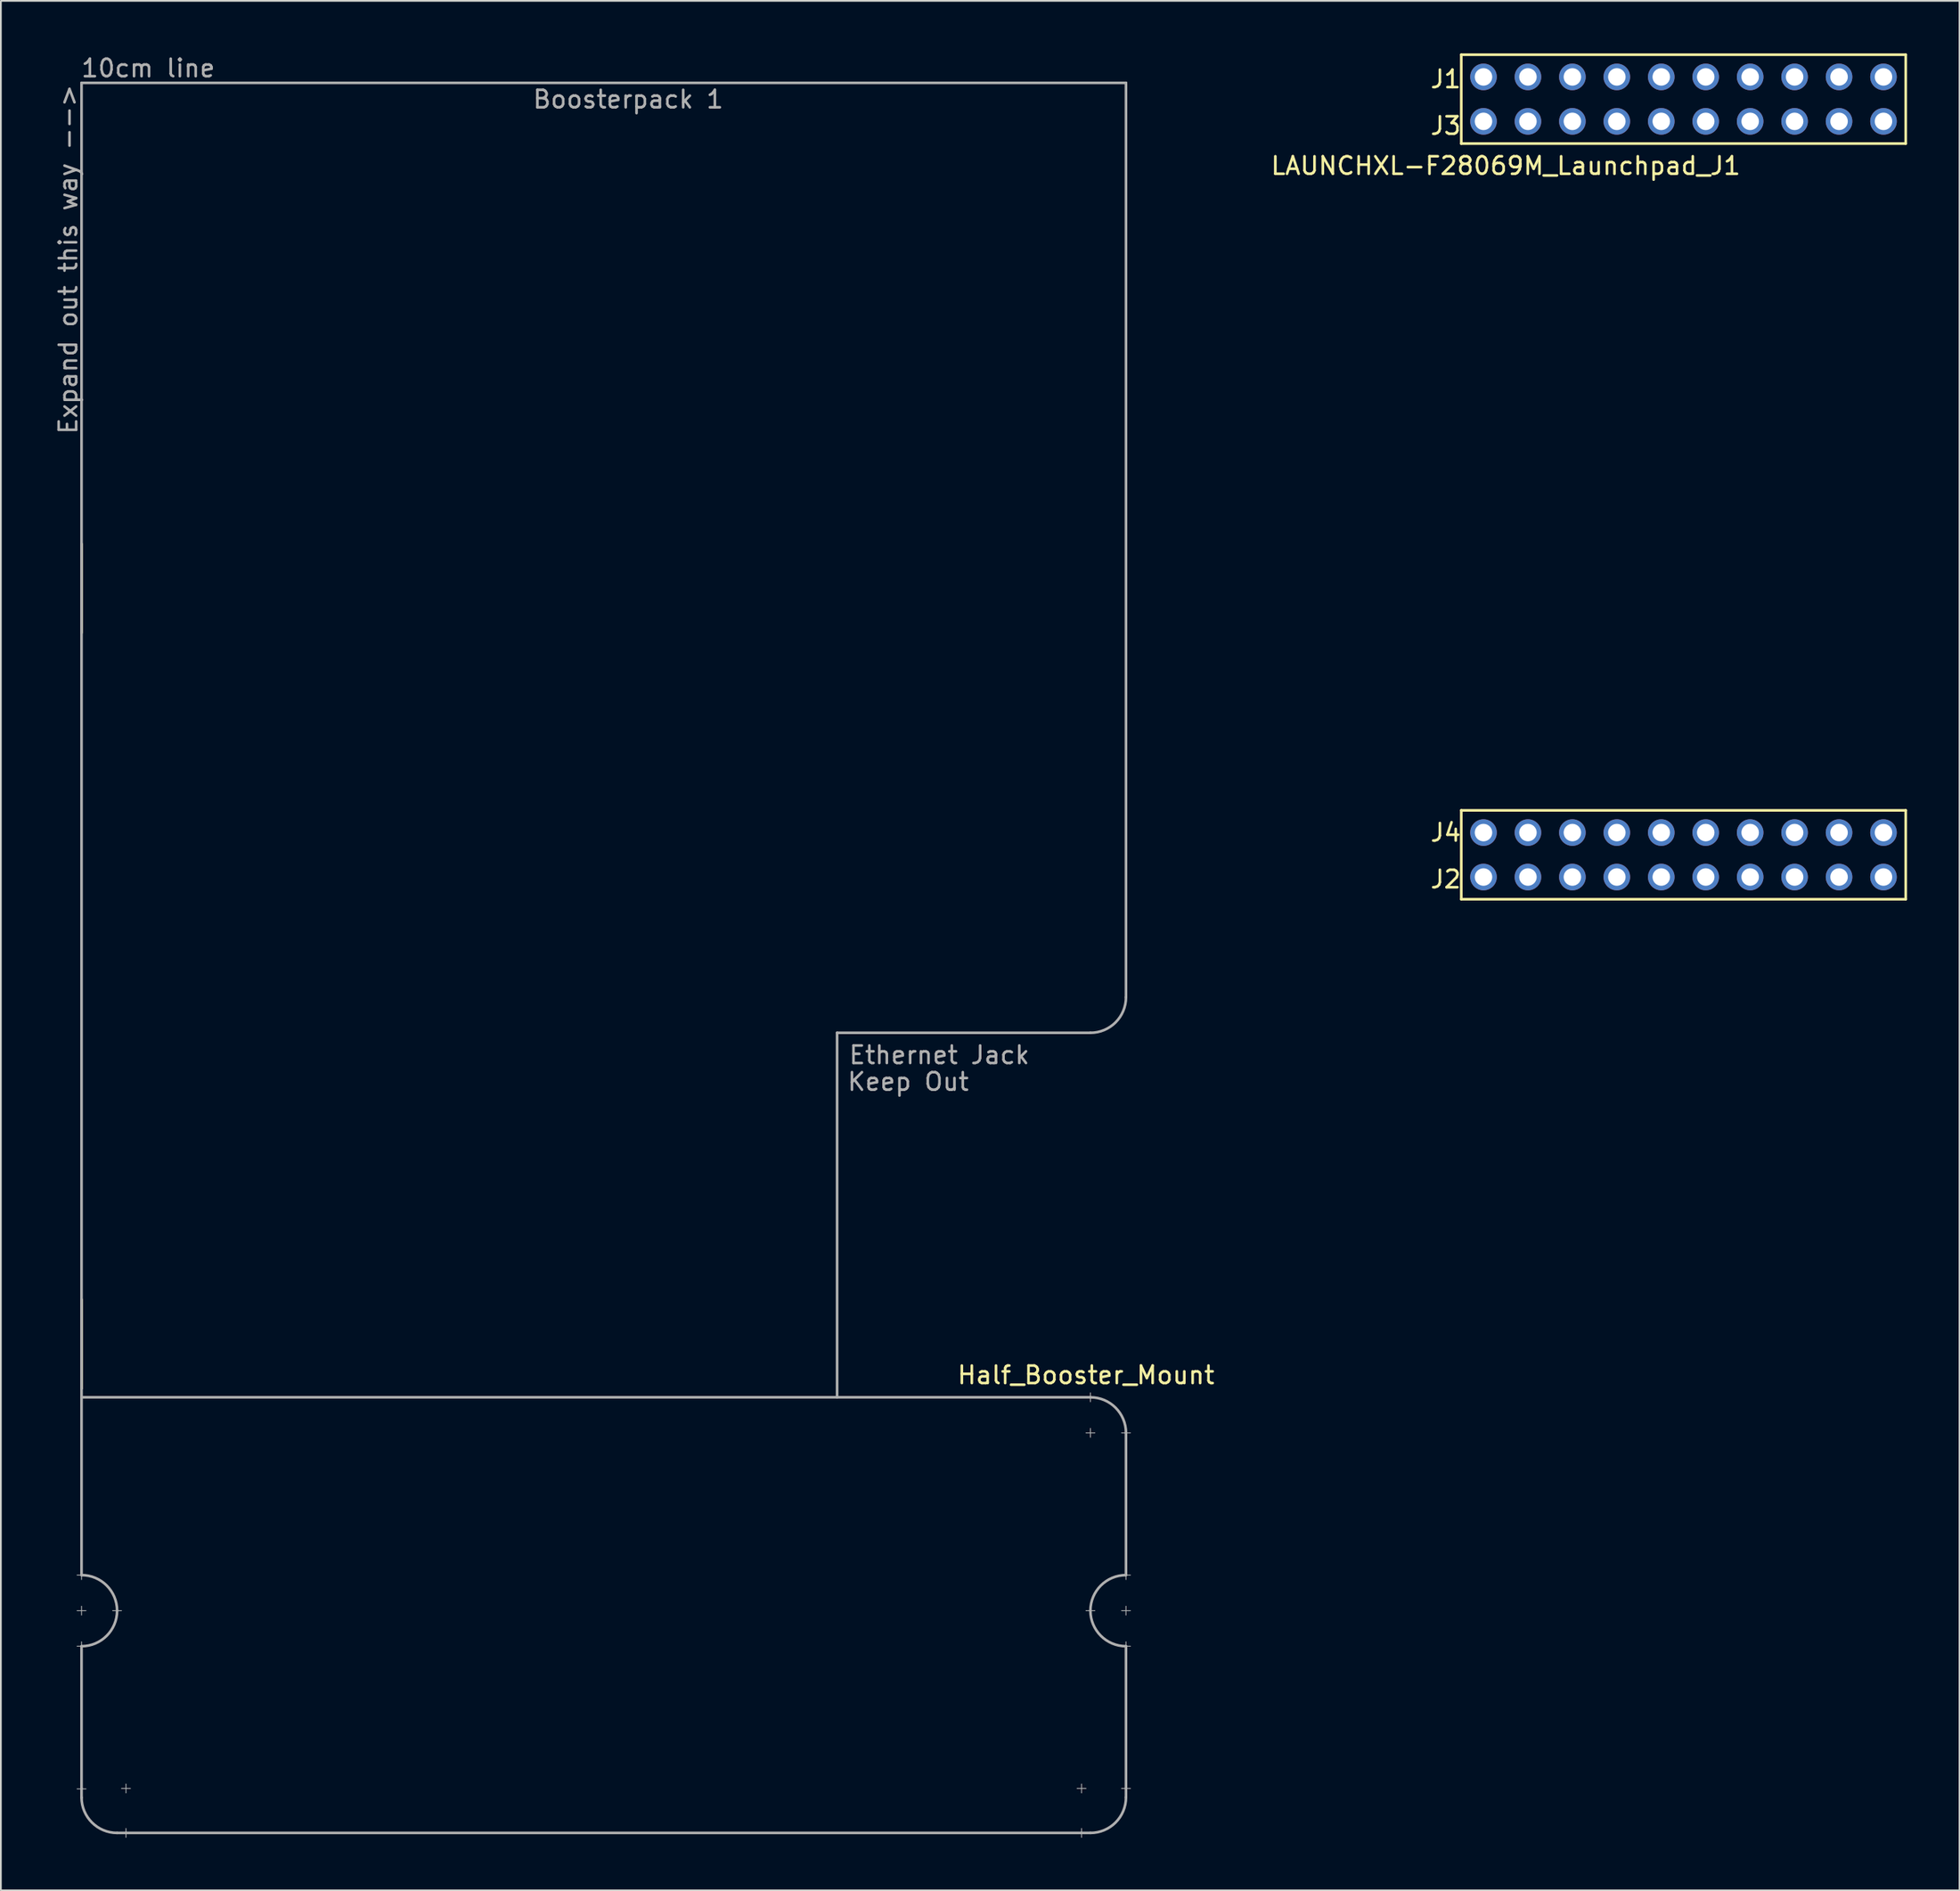
<source format=kicad_pcb>
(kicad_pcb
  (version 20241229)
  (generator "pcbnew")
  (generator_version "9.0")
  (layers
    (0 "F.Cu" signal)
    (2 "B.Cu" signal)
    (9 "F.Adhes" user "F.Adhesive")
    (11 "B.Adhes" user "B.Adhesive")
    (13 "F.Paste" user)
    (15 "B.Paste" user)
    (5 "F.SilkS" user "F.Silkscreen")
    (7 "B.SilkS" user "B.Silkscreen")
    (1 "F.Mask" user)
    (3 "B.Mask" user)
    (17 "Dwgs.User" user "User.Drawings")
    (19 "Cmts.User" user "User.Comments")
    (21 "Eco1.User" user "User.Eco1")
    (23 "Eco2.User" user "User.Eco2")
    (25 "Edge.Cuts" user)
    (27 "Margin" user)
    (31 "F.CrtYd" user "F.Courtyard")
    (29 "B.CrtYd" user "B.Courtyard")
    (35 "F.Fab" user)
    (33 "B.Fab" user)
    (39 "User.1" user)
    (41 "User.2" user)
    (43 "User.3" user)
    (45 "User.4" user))
  (footprint "LAUNCHXL-F28069M_Launchpad_J1"
    (layer "F.Cu")
    (at 80.462 48.335)
    (property "Reference" "LAUNCHXL-F28069M_Launchpad_J1" (at 2.54 -41.91 0) (layer "F.SilkS") (effects (font (size 1 1) (thickness 0.15))))
    (attr through_hole)
    (fp_line (start 0 -48.26) (end 0 -43.18) (stroke (width 0.15) (type solid)) (layer "F.SilkS"))
    (fp_line (start 0 -43.18) (end 25.4 -43.18) (stroke (width 0.15) (type solid)) (layer "F.SilkS"))
    (fp_line (start 0 -5.08) (end 0 0) (stroke (width 0.15) (type solid)) (layer "F.SilkS"))
    (fp_line (start 0 0) (end 25.4 0) (stroke (width 0.15) (type solid)) (layer "F.SilkS"))
    (fp_line (start 25.4 -48.26) (end 0 -48.26) (stroke (width 0.15) (type solid)) (layer "F.SilkS"))
    (fp_line (start 25.4 -43.18) (end 25.4 -48.26) (stroke (width 0.15) (type solid)) (layer "F.SilkS"))
    (fp_line (start 25.4 -5.08) (end 0 -5.08) (stroke (width 0.15) (type solid)) (layer "F.SilkS"))
    (fp_line (start 25.4 0) (end 25.4 -5.08) (stroke (width 0.15) (type solid)) (layer "F.SilkS"))
    (fp_text user "J3" (at -0.889 -44.196 0) (layer "F.SilkS") (effects (font (size 1 1) (thickness 0.15))))
    (fp_text user "J1" (at -0.889 -46.863 0) (layer "F.SilkS") (effects (font (size 1 1) (thickness 0.15))))
    (fp_text user "J2" (at -0.889 -1.143 0) (layer "F.SilkS") (effects (font (size 1 1) (thickness 0.15))))
    (fp_text user "J4" (at -0.889 -3.81 0) (layer "F.SilkS") (effects (font (size 1 1) (thickness 0.15))))
    (pad "+3V3" thru_hole circle (at 24.13 -46.99) (size 1.52 1.52) (drill 1) (layers "*.Cu" "*.Mask" "F.Paste"))
    (pad "+5V" thru_hole circle (at 24.13 -44.45) (size 1.52 1.52) (drill 1) (layers "*.Cu" "*.Mask" "F.Paste"))
    (pad "A_A0" thru_hole circle (at 8.89 -44.45) (size 1.52 1.52) (drill 1) (layers "*.Cu" "*.Mask" "F.Paste"))
    (pad "A_A1" thru_hole circle (at 3.81 -44.45) (size 1.52 1.52) (drill 1) (layers "*.Cu" "*.Mask" "F.Paste"))
    (pad "A_A2" thru_hole circle (at 13.97 -44.45) (size 1.52 1.52) (drill 1) (layers "*.Cu" "*.Mask" "F.Paste"))
    (pad "A_A6" thru_hole circle (at 21.59 -46.99) (size 1.52 1.52) (drill 1) (layers "*.Cu" "*.Mask" "F.Paste"))
    (pad "A_A7" thru_hole circle (at 19.05 -44.45) (size 1.52 1.52) (drill 1) (layers "*.Cu" "*.Mask" "F.Paste"))
    (pad "A_B0" thru_hole circle (at 6.35 -44.45) (size 1.52 1.52) (drill 1) (layers "*.Cu" "*.Mask" "F.Paste"))
    (pad "A_B1" thru_hole circle (at 16.51 -44.45) (size 1.52 1.52) (drill 1) (layers "*.Cu" "*.Mask" "F.Paste"))
    (pad "A_B2" thru_hole circle (at 11.43 -44.45) (size 1.52 1.52) (drill 1) (layers "*.Cu" "*.Mask" "F.Paste"))
    (pad "A_B6" thru_hole circle (at 11.43 -46.99) (size 1.52 1.52) (drill 1) (layers "*.Cu" "*.Mask" "F.Paste"))
    (pad "DAC1" thru_hole circle (at 3.81 -3.81) (size 1.52 1.52) (drill 1) (layers "*.Cu" "*.Mask" "F.Paste"))
    (pad "DAC2" thru_hole circle (at 1.27 -3.81) (size 1.52 1.52) (drill 1) (layers "*.Cu" "*.Mask" "F.Paste"))
    (pad "GND" thru_hole circle (at 21.59 -44.45) (size 1.52 1.52) (drill 1) (layers "*.Cu" "*.Mask" "F.Paste"))
    (pad "GND" thru_hole circle (at 24.13 -1.27) (size 1.52 1.52) (drill 1) (layers "*.Cu" "*.Mask" "F.Paste"))
    (pad "NC" thru_hole circle (at 1.27 -44.45) (size 1.52 1.52) (drill 1) (layers "*.Cu" "*.Mask" "F.Paste"))
    (pad "NC" thru_hole circle (at 6.35 -3.81) (size 1.52 1.52) (drill 1) (layers "*.Cu" "*.Mask" "F.Paste"))
    (pad "NC" thru_hole circle (at 16.51 -1.27) (size 1.52 1.52) (drill 1) (layers "*.Cu" "*.Mask" "F.Paste"))
    (pad "P_0" thru_hole circle (at 24.13 -3.81) (size 1.52 1.52) (drill 1) (layers "*.Cu" "*.Mask" "F.Paste"))
    (pad "P_1" thru_hole circle (at 21.59 -3.81) (size 1.52 1.52) (drill 1) (layers "*.Cu" "*.Mask" "F.Paste"))
    (pad "P_2" thru_hole circle (at 19.05 -3.81) (size 1.52 1.52) (drill 1) (layers "*.Cu" "*.Mask" "F.Paste"))
    (pad "P_3" thru_hole circle (at 16.51 -3.81) (size 1.52 1.52) (drill 1) (layers "*.Cu" "*.Mask" "F.Paste"))
    (pad "P_4" thru_hole circle (at 13.97 -3.81) (size 1.52 1.52) (drill 1) (layers "*.Cu" "*.Mask" "F.Paste"))
    (pad "P_5" thru_hole circle (at 11.43 -3.81) (size 1.52 1.52) (drill 1) (layers "*.Cu" "*.Mask" "F.Paste"))
    (pad "P_12" thru_hole circle (at 13.97 -46.99) (size 1.52 1.52) (drill 1) (layers "*.Cu" "*.Mask" "F.Paste"))
    (pad "P_13" thru_hole circle (at 8.89 -3.81) (size 1.52 1.52) (drill 1) (layers "*.Cu" "*.Mask" "F.Paste"))
    (pad "P_16" thru_hole circle (at 11.43 -1.27) (size 1.52 1.52) (drill 1) (layers "*.Cu" "*.Mask" "F.Paste"))
    (pad "P_17" thru_hole circle (at 8.89 -1.27) (size 1.52 1.52) (drill 1) (layers "*.Cu" "*.Mask" "F.Paste"))
    (pad "P_18" thru_hole circle (at 8.89 -46.99) (size 1.52 1.52) (drill 1) (layers "*.Cu" "*.Mask" "F.Paste"))
    (pad "P_19" thru_hole circle (at 21.59 -1.27) (size 1.52 1.52) (drill 1) (layers "*.Cu" "*.Mask" "F.Paste"))
    (pad "P_22" thru_hole circle (at 6.35 -46.99) (size 1.52 1.52) (drill 1) (layers "*.Cu" "*.Mask" "F.Paste"))
    (pad "P_28" thru_hole circle (at 19.05 -46.99) (size 1.52 1.52) (drill 1) (layers "*.Cu" "*.Mask" "F.Paste"))
    (pad "P_29" thru_hole circle (at 16.51 -46.99) (size 1.52 1.52) (drill 1) (layers "*.Cu" "*.Mask" "F.Paste"))
    (pad "P_32" thru_hole circle (at 1.27 -46.99) (size 1.52 1.52) (drill 1) (layers "*.Cu" "*.Mask" "F.Paste"))
    (pad "P_33" thru_hole circle (at 3.81 -46.99) (size 1.52 1.52) (drill 1) (layers "*.Cu" "*.Mask" "F.Paste"))
    (pad "P_44" thru_hole circle (at 19.05 -1.27) (size 1.52 1.52) (drill 1) (layers "*.Cu" "*.Mask" "F.Paste"))
    (pad "P_50" thru_hole circle (at 6.35 -1.27) (size 1.52 1.52) (drill 1) (layers "*.Cu" "*.Mask" "F.Paste"))
    (pad "P_51" thru_hole circle (at 3.81 -1.27) (size 1.52 1.52) (drill 1) (layers "*.Cu" "*.Mask" "F.Paste"))
    (pad "P_55" thru_hole circle (at 1.27 -1.27) (size 1.52 1.52) (drill 1) (layers "*.Cu" "*.Mask" "F.Paste"))
    (pad "Rese" thru_hole circle (at 13.97 -1.27) (size 1.52 1.52) (drill 1) (layers "*.Cu" "*.Mask" "F.Paste")))
  (footprint "Half_Booster_Mount"
    (layer "F.Cu")
    (at 1.61 76.286)
    (property "Reference" "Half_Booster_Mount" (at 57.404 -0.762 180) (layer "F.SilkS") (effects (font (size 1 1) (thickness 0.15))))
    (attr through_hole)
    (fp_line (start 0 -48.26) (end 0 -43.18) (stroke (width 0.15) (type solid)) (layer "F.SilkS"))
    (fp_line (start 0 -5.08) (end 0 0) (stroke (width 0.15) (type solid)) (layer "F.SilkS"))
    (fp_line (start -0.254 10.668) (end 0.254 10.668) (stroke (width 0.05) (type solid)) (layer "F.Fab"))
    (fp_line (start -0.254 12.7) (end 0.254 12.7) (stroke (width 0.05) (type solid)) (layer "F.Fab"))
    (fp_line (start -0.254 14.732) (end 0.254 14.732) (stroke (width 0.05) (type solid)) (layer "F.Fab"))
    (fp_line (start -0.254 22.885) (end 0.254 22.885) (stroke (width 0.05) (type solid)) (layer "F.Fab"))
    (fp_line (start 0 -74.6) (end 59.69 -74.6) (stroke (width 0.15) (type solid)) (layer "F.Fab"))
    (fp_line (start 0 0) (end 0 -74.6) (stroke (width 0.15) (type solid)) (layer "F.Fab"))
    (fp_line (start 0 0) (end 0 10.668) (stroke (width 0.15) (type solid)) (layer "F.Fab"))
    (fp_line (start 0 0.508) (end 57.658 0.508) (stroke (width 0.15) (type solid)) (layer "F.Fab"))
    (fp_line (start 0 10.922) (end 0 10.414) (stroke (width 0.05) (type solid)) (layer "F.Fab"))
    (fp_line (start 0 12.954) (end 0 12.446) (stroke (width 0.05) (type solid)) (layer "F.Fab"))
    (fp_line (start 0 14.732) (end 0 22.86) (stroke (width 0.15) (type solid)) (layer "F.Fab"))
    (fp_line (start 0 14.986) (end 0 14.478) (stroke (width 0.05) (type solid)) (layer "F.Fab"))
    (fp_line (start 0 22.86) (end 0 23.393) (stroke (width 0.15) (type solid)) (layer "F.Fab"))
    (fp_line (start 1.778 12.7) (end 2.286 12.7) (stroke (width 0.05) (type solid)) (layer "F.Fab"))
    (fp_line (start 2.286 22.86) (end 2.794 22.86) (stroke (width 0.05) (type solid)) (layer "F.Fab"))
    (fp_line (start 2.54 23.114) (end 2.54 22.606) (stroke (width 0.05) (type solid)) (layer "F.Fab"))
    (fp_line (start 2.54 25.4) (end 2.032 25.4) (stroke (width 0.15) (type solid)) (layer "F.Fab"))
    (fp_line (start 2.54 25.654) (end 2.54 25.146) (stroke (width 0.05) (type solid)) (layer "F.Fab"))
    (fp_line (start 43.18 -20.32) (end 43.18 0.508) (stroke (width 0.15) (type solid)) (layer "F.Fab"))
    (fp_line (start 56.896 22.86) (end 57.404 22.86) (stroke (width 0.05) (type solid)) (layer "F.Fab"))
    (fp_line (start 57.15 23.114) (end 57.15 22.606) (stroke (width 0.05) (type solid)) (layer "F.Fab"))
    (fp_line (start 57.15 25.4) (end 2.54 25.4) (stroke (width 0.15) (type solid)) (layer "F.Fab"))
    (fp_line (start 57.15 25.4) (end 57.658 25.4) (stroke (width 0.15) (type solid)) (layer "F.Fab"))
    (fp_line (start 57.15 25.654) (end 57.15 25.146) (stroke (width 0.05) (type solid)) (layer "F.Fab"))
    (fp_line (start 57.404 2.54) (end 57.912 2.54) (stroke (width 0.05) (type solid)) (layer "F.Fab"))
    (fp_line (start 57.404 12.7) (end 57.912 12.7) (stroke (width 0.05) (type solid)) (layer "F.Fab"))
    (fp_line (start 57.658 -20.32) (end 43.18 -20.32) (stroke (width 0.15) (type solid)) (layer "F.Fab"))
    (fp_line (start 57.658 0.762) (end 57.658 0.254) (stroke (width 0.05) (type solid)) (layer "F.Fab"))
    (fp_line (start 57.658 2.794) (end 57.658 2.286) (stroke (width 0.05) (type solid)) (layer "F.Fab"))
    (fp_line (start 59.436 2.54) (end 59.944 2.54) (stroke (width 0.05) (type solid)) (layer "F.Fab"))
    (fp_line (start 59.436 10.668) (end 59.944 10.668) (stroke (width 0.05) (type solid)) (layer "F.Fab"))
    (fp_line (start 59.436 12.7) (end 59.944 12.7) (stroke (width 0.05) (type solid)) (layer "F.Fab"))
    (fp_line (start 59.436 14.732) (end 59.944 14.732) (stroke (width 0.05) (type solid)) (layer "F.Fab"))
    (fp_line (start 59.436 22.86) (end 59.944 22.86) (stroke (width 0.05) (type solid)) (layer "F.Fab"))
    (fp_line (start 59.69 -74.6) (end 59.69 -22.352) (stroke (width 0.15) (type solid)) (layer "F.Fab"))
    (fp_line (start 59.69 2.54) (end 59.69 10.668) (stroke (width 0.15) (type solid)) (layer "F.Fab"))
    (fp_line (start 59.69 10.922) (end 59.69 10.414) (stroke (width 0.05) (type solid)) (layer "F.Fab"))
    (fp_line (start 59.69 12.954) (end 59.69 12.446) (stroke (width 0.05) (type solid)) (layer "F.Fab"))
    (fp_line (start 59.69 14.732) (end 59.69 22.86) (stroke (width 0.15) (type solid)) (layer "F.Fab"))
    (fp_line (start 59.69 14.986) (end 59.69 14.478) (stroke (width 0.05) (type solid)) (layer "F.Fab"))
    (fp_line (start 59.69 23.368) (end 59.69 22.86) (stroke (width 0.15) (type solid)) (layer "F.Fab"))
    (fp_arc (start 0 10.668) (mid 1.436841 11.263159) (end 2.032 12.7) (stroke (width 0.15) (type solid)) (layer "F.Fab"))
    (fp_arc (start 2.032 12.7) (mid 1.436841 14.136841) (end 0 14.732) (stroke (width 0.15) (type solid)) (layer "F.Fab"))
    (fp_arc (start 2.032 25.4) (mid 0.595159 24.804841) (end 0 23.368) (stroke (width 0.15) (type solid)) (layer "F.Fab"))
    (fp_arc (start 57.658 0.508) (mid 59.094841 1.103159) (end 59.69 2.54) (stroke (width 0.15) (type solid)) (layer "F.Fab"))
    (fp_arc (start 57.658 12.7) (mid 58.253159 11.263159) (end 59.69 10.668) (stroke (width 0.15) (type solid)) (layer "F.Fab"))
    (fp_arc (start 59.69 -22.352) (mid 59.094841 -20.915159) (end 57.658 -20.32) (stroke (width 0.15) (type solid)) (layer "F.Fab"))
    (fp_arc (start 59.69 14.732) (mid 58.253159 14.136841) (end 57.658 12.7) (stroke (width 0.15) (type solid)) (layer "F.Fab"))
    (fp_arc (start 59.69 23.368) (mid 59.094841 24.804841) (end 57.658 25.4) (stroke (width 0.15) (type solid)) (layer "F.Fab"))
    (fp_text user "Keep Out" (at 47.244 -17.526 0) (layer "F.Fab") (effects (font (size 1 1) (thickness 0.15))))
    (fp_text user "Expand out this way -->" (at -0.762 -64.516 90) (layer "F.Fab") (effects (font (size 1 1) (thickness 0.15))))
    (fp_text user "Boosterpack 1" (at 31.242 -73.66 0) (layer "F.Fab") (effects (font (size 1 1) (thickness 0.15))))
    (fp_text user "Ethernet Jack" (at 49.022 -19.05 0) (layer "F.Fab") (effects (font (size 1 1) (thickness 0.15))))
    (fp_text user "10cm line" (at 3.81 -75.438 0) (layer "F.Fab") (effects (font (size 1 1) (thickness 0.15)))))
  (gr_rect
    (start -3 -3)
    (end 108.937 104.965)
    (stroke (width 0.1) (type default))
    (fill no)
    (layer "Edge.Cuts")))
</source>
